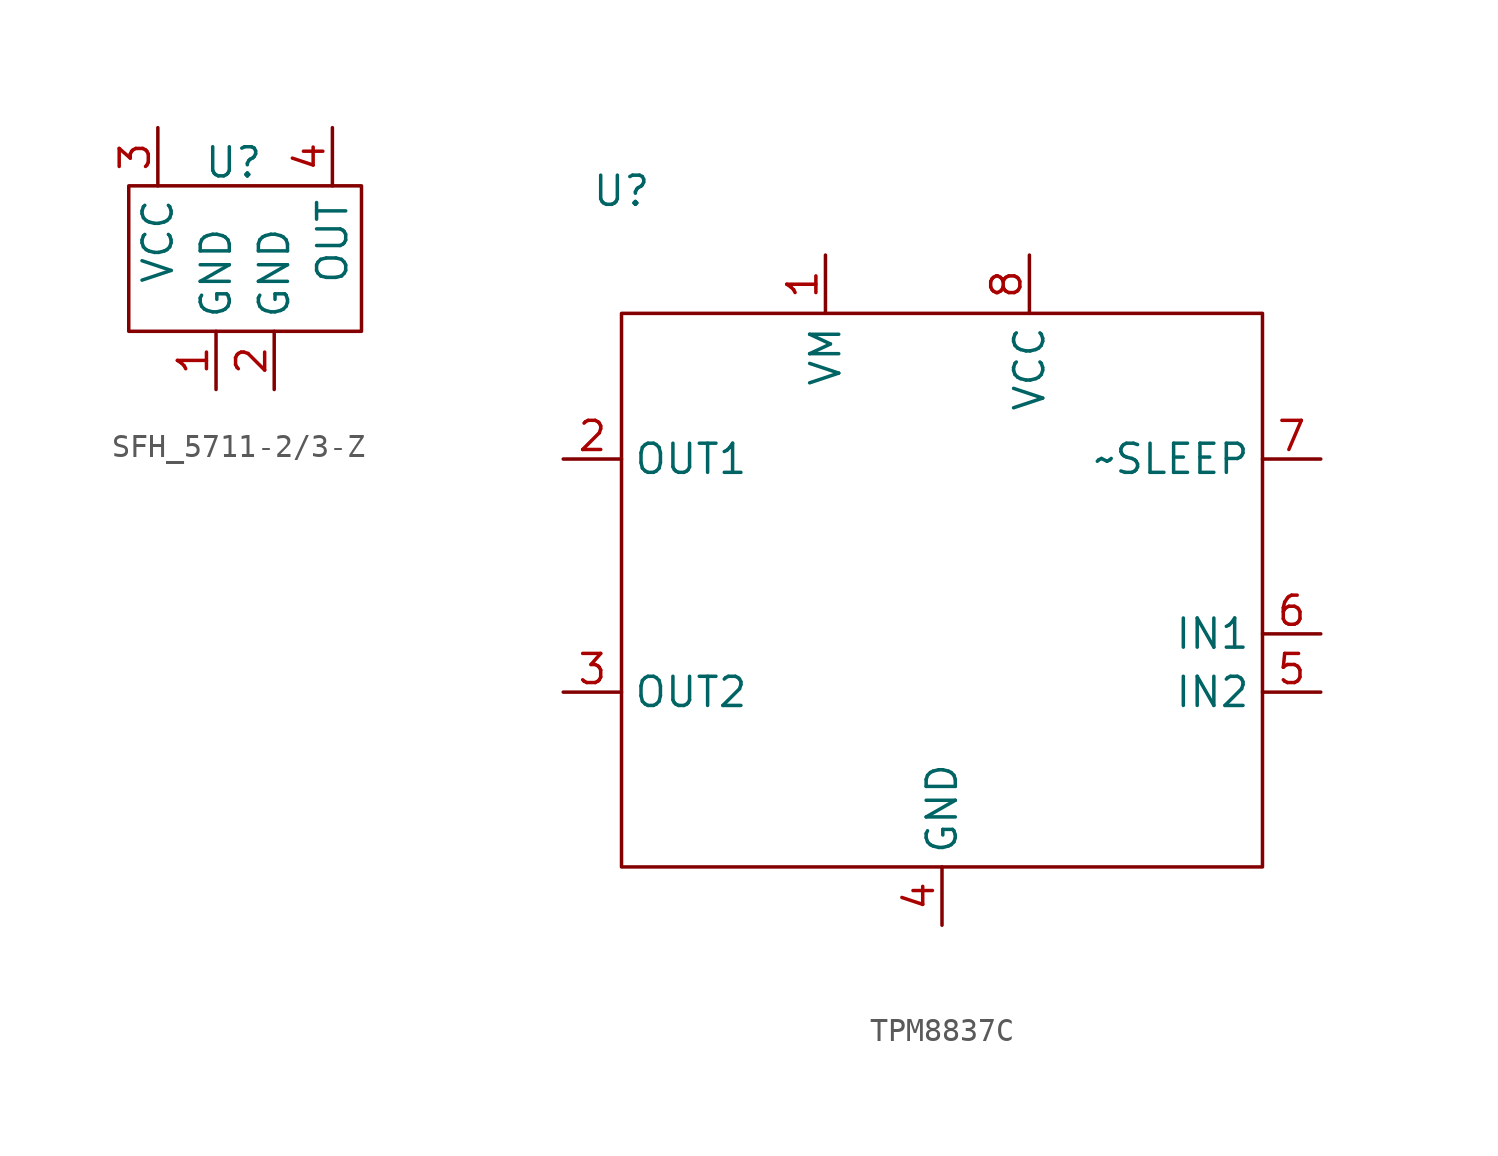
<source format=kicad_sym>
(kicad_symbol_lib
  (version 20231120)
  (generator "kicad_symbol_editor")
  (generator_version "8.0")
  (symbol "SFH_5711-2/3-Z"
    (property "Reference" "U"
      (at -1.778 2.286 0)
      (effects (font (size 1.27 1.27))))
    (property "Value" ""
      (at 0 0 0)
      (effects (font (size 1.27 1.27))))
    (symbol "SFH_5711-2/3-Z_0_1"
      (rectangle (start -6.35 1.27) (end 3.81 -5.08) (stroke (width 0) (type default)) (fill (type none))))
    (symbol "SFH_5711-2/3-Z_1_1"
      (pin power_in line (at -2.54 -7.62 90) (length 2.54) (name "GND" (effects (font (size 1.27 1.27)))) (number "1" (effects (font (size 1.27 1.27)))))
      (pin power_in line (at 0 -7.62 90) (length 2.54) (name "GND" (effects (font (size 1.27 1.27)))) (number "2" (effects (font (size 1.27 1.27)))))
      (pin power_in line (at -5.08 3.81 270) (length 2.54) (name "VCC" (effects (font (size 1.27 1.27)))) (number "3" (effects (font (size 1.27 1.27)))))
      (pin output line (at 2.54 3.81 270) (length 2.54) (name "OUT" (effects (font (size 1.27 1.27)))) (number "4" (effects (font (size 1.27 1.27)))))))
  (symbol "TPM8837C"
    (property "Reference" "U"
      (at 0 5.334 0)
      (effects (font (size 1.27 1.27))))
    (property "Value" ""
      (at 0 5.334 0)
      (effects (font (size 1.27 1.27))))
    (symbol "TPM8837C_0_0"
      (pin power_in line (at 8.89 2.54 270) (length 2.54) (name "VM" (effects (font (size 1.27 1.27)))) (number "1" (effects (font (size 1.27 1.27)))))
      (pin bidirectional line (at -2.54 -6.35 0) (length 2.54) (name "OUT1" (effects (font (size 1.27 1.27)))) (number "2" (effects (font (size 1.27 1.27)))))
      (pin bidirectional line (at -2.54 -16.51 0) (length 2.54) (name "OUT2" (effects (font (size 1.27 1.27)))) (number "3" (effects (font (size 1.27 1.27)))))
      (pin power_in line (at 13.97 -26.67 90) (length 2.54) (name "GND" (effects (font (size 1.27 1.27)))) (number "4" (effects (font (size 1.27 1.27)))))
      (pin input line (at 30.48 -16.51 180) (length 2.54) (name "IN2" (effects (font (size 1.27 1.27)))) (number "5" (effects (font (size 1.27 1.27)))))
      (pin input line (at 30.48 -13.97 180) (length 2.54) (name "IN1" (effects (font (size 1.27 1.27)))) (number "6" (effects (font (size 1.27 1.27)))))
      (pin input line (at 30.48 -6.35 180) (length 2.54) (name "~SLEEP" (effects (font (size 1.27 1.27)))) (number "7" (effects (font (size 1.27 1.27)))))
      (pin power_in line (at 17.78 2.54 270) (length 2.54) (name "VCC" (effects (font (size 1.27 1.27)))) (number "8" (effects (font (size 1.27 1.27))))))
    (symbol "TPM8837C_0_1"
      (rectangle (start 0 0) (end 27.94 -24.13) (stroke (width 0) (type default)) (fill (type none))))))
</source>
